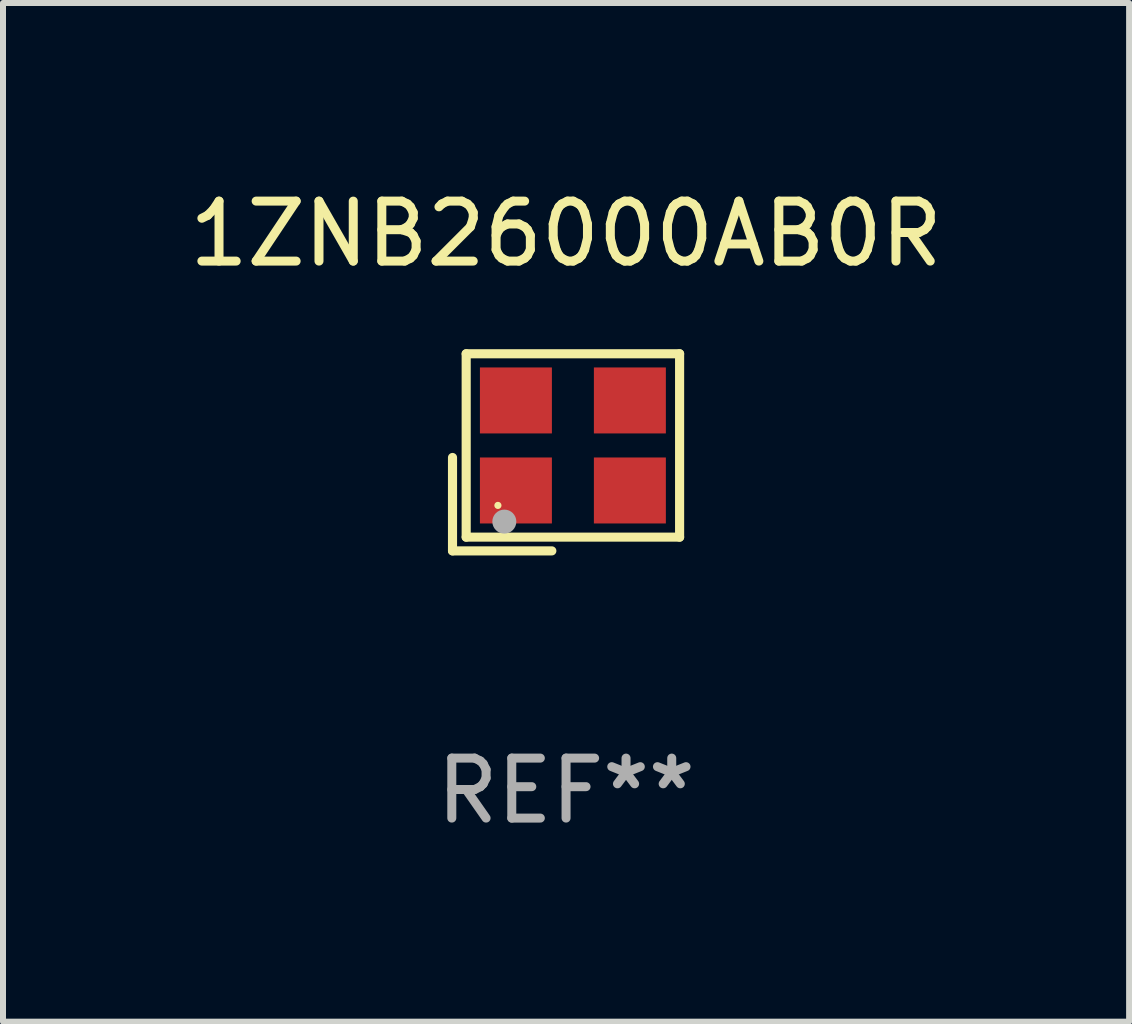
<source format=kicad_pcb>
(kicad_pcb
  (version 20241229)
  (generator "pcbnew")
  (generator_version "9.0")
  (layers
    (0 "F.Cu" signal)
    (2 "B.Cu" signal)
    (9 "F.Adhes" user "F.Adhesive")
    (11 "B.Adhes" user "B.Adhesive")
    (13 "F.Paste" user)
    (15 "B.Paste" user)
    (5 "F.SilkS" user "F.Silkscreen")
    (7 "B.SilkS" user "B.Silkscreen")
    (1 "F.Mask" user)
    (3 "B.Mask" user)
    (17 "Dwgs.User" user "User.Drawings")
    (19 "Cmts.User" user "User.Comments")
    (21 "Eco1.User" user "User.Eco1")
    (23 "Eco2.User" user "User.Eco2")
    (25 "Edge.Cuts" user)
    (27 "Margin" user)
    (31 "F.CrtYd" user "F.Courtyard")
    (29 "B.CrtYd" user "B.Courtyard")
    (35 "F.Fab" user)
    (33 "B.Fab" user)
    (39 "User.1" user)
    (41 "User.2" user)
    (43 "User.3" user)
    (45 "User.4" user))
  (footprint "1ZNB26000AB0R"
    (layer "F.Cu")
    (at 6.387 4.491)
    (property "Reference" "1ZNB26000AB0R" (at 0 -3.643 0) (layer "F.SilkS") (effects (font (size 1 1) (thickness 0.15))))
    (attr through_hole)
    (fp_line (start -1.893 0.086) (end -1.893 1.643) (stroke (width 0.152) (type solid)) (layer "F.SilkS"))
    (fp_line (start -1.893 1.643) (end -0.237 1.643) (stroke (width 0.152) (type solid)) (layer "F.SilkS"))
    (fp_line (start -1.665 -1.643) (end 1.893 -1.643) (stroke (width 0.152) (type solid)) (layer "F.SilkS"))
    (fp_line (start -1.665 1.414) (end -1.665 -1.643) (stroke (width 0.152) (type solid)) (layer "F.SilkS"))
    (fp_line (start 1.893 -1.643) (end 1.893 1.414) (stroke (width 0.152) (type solid)) (layer "F.SilkS"))
    (fp_line (start 1.893 1.414) (end -1.665 1.414) (stroke (width 0.152) (type solid)) (layer "F.SilkS"))
    (fp_circle (center -1.136 0.885) (end -1.106 0.885) (stroke (width 0.06) (type solid)) (fill no) (layer "F.SilkS"))
    (fp_circle (center -1.029 1.155) (end -0.929 1.155) (stroke (width 0.2) (type solid)) (fill no) (layer "F.Fab"))
    (fp_text user "REF**" (at 0 5.643 0) (layer "F.Fab") (effects (font (size 1 1) (thickness 0.15))))
    (pad "1" smd rect (at -0.836 0.636) (size 1.2 1.1) (layers "F.Cu" "F.Mask" "F.Paste"))
    (pad "2" smd rect (at 1.064 0.636) (size 1.2 1.1) (layers "F.Cu" "F.Mask" "F.Paste"))
    (pad "3" smd rect (at 1.064 -0.865) (size 1.2 1.1) (layers "F.Cu" "F.Mask" "F.Paste"))
    (pad "4" smd rect (at -0.836 -0.865) (size 1.2 1.1) (layers "F.Cu" "F.Mask" "F.Paste")))
  (gr_rect
    (start -3 -3)
    (end 15.774 13.983)
    (stroke (width 0.1) (type default))
    (fill no)
    (layer "Edge.Cuts")))
</source>
